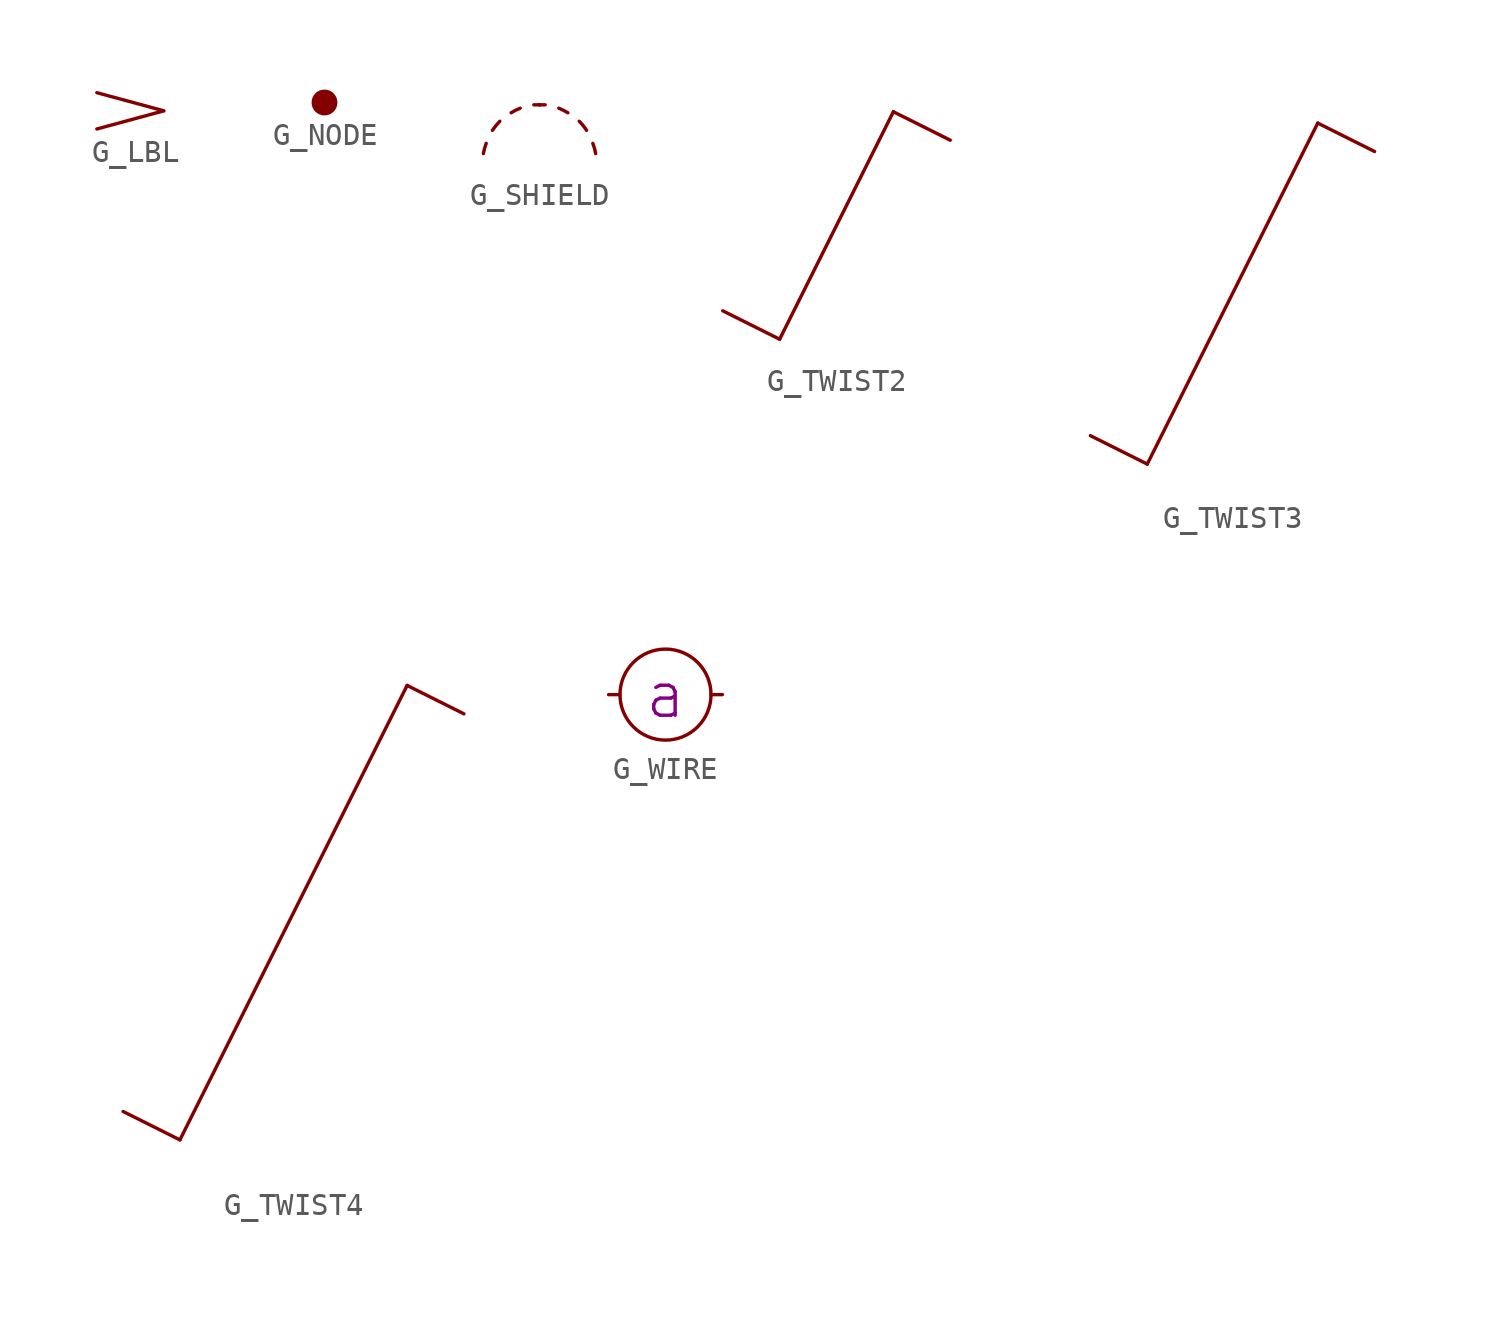
<source format=kicad_sym>
(kicad_symbol_lib
  (version 20231120)
  (generator "kicad_symbol_editor")
  (generator_version "8.0")
  (symbol "G_LBL"
    (pin_numbers hide)
    (pin_names
      (offset 0) hide)
    (property "Reference" "#LBL"
      (at -1.27 -2.54 0)
      (effects (font (size 2.007 2.007)) (hide yes)))
    (property "Footprint" ""
      (at 0 0 0)
      (effects (font (size 2.489 2.489))))
    (symbol "G_LBL_0_1"
      (polyline (pts (xy -2.997 -0.813) (xy 0 0)) (stroke (width 0) (type solid)) (fill (type none)))
      (polyline (pts (xy 0 0) (xy -2.997 0.813)) (stroke (width 0) (type solid)) (fill (type none)))))
  (symbol "G_NODE"
    (pin_numbers hide)
    (pin_names
      (offset 0) hide)
    (property "Reference" "#NODE"
      (at 0 3.81 0)
      (effects (font (size 2.007 2.007)) (hide yes)))
    (property "Footprint" ""
      (at 0 0 0)
      (effects (font (size 1.524 1.524))))
    (symbol "G_NODE_0_1"
      (circle (center 0 0) (radius 0.508) (stroke (width 0) (type solid)) (fill (type outline)))))
  (symbol "G_SHIELD"
    (pin_numbers hide)
    (pin_names
      (offset 0) hide)
    (property "Reference" "#SHIELD"
      (at 8.89 3.81 0)
      (effects (font (size 2.007 2.007)) (hide yes)))
    (property "Footprint" ""
      (at 0 0 90)
      (effects (font (size 1.524 1.524))))
    (symbol "G_SHIELD_0_1"
      (arc (start -2.3876 0.8128) (mid -2.4606 0.5869) (end -2.5146 0.3556) (stroke (width 0) (type solid)) (fill (type none)))
      (arc (start -1.778 1.8034) (mid -1.952 1.6076) (end -2.1082 1.397) (stroke (width 0) (type solid)) (fill (type none)))
      (arc (start -0.8636 2.3876) (mid -1.0719 2.296) (end -1.27 2.1844) (stroke (width 0) (type solid)) (fill (type none)))
      (arc (start 0 2.54) (mid -0.127 2.5432) (end -0.254 2.54) (stroke (width 0) (type solid)) (fill (type none)))
      (arc (start 0.254 2.54) (mid 0.127 2.5432) (end 0 2.54) (stroke (width 0) (type solid)) (fill (type none)))
      (arc (start 1.27 2.1844) (mid 1.071 2.2942) (end 0.8636 2.3876) (stroke (width 0) (type solid)) (fill (type none)))
      (arc (start 2.1082 1.397) (mid 1.9551 1.6101) (end 1.778 1.8034) (stroke (width 0) (type solid)) (fill (type none)))
      (arc (start 2.5146 0.3556) (mid 2.4638 0.5878) (end 2.3876 0.8128) (stroke (width 0) (type solid)) (fill (type none))))
    (symbol "G_SHIELD_1_1"
      (pin passive line (at 0 2.54 270) (length 0) (name "~" (effects (font (size 2.007 2.007)))) (number "1" (effects (font (size 2.007 2.007)))))))
  (symbol "G_TWIST2"
    (pin_numbers hide)
    (pin_names
      (offset 0) hide)
    (property "Reference" "#TWIST2"
      (at -6.35 2.54 0)
      (effects (font (size 2.007 2.007)) (hide yes)))
    (property "Footprint" ""
      (at 1.27 1.27 0)
      (effects (font (size 1.524 1.524))))
    (symbol "G_TWIST2_0_1"
      (polyline (pts (xy -2.54 -5.08) (xy -5.08 -3.81)) (stroke (width 0) (type solid)) (fill (type none)))
      (polyline (pts (xy 2.54 5.08) (xy -2.54 -5.08)) (stroke (width 0) (type solid)) (fill (type none)))
      (polyline (pts (xy 5.08 3.81) (xy 2.54 5.08)) (stroke (width 0) (type solid)) (fill (type none)))))
  (symbol "G_TWIST3"
    (pin_numbers hide)
    (pin_names
      (offset 0) hide)
    (property "Reference" "#TWIST3"
      (at -5.08 5.08 0)
      (effects (font (size 2.007 2.007)) (hide yes)))
    (property "Footprint" ""
      (at 2.54 3.81 0)
      (effects (font (size 1.524 1.524))))
    (symbol "G_TWIST3_0_1"
      (polyline (pts (xy -3.81 -7.62) (xy -6.35 -6.35)) (stroke (width 0) (type solid)) (fill (type none)))
      (polyline (pts (xy 3.81 7.62) (xy -3.81 -7.62)) (stroke (width 0) (type solid)) (fill (type none)))
      (polyline (pts (xy 6.35 6.35) (xy 3.81 7.62)) (stroke (width 0) (type solid)) (fill (type none)))))
  (symbol "G_TWIST4"
    (pin_numbers hide)
    (pin_names
      (offset 0) hide)
    (property "Reference" "#TWIST4"
      (at -3.81 7.62 0)
      (effects (font (size 2.007 2.007)) (hide yes)))
    (property "Footprint" ""
      (at 3.81 6.35 0)
      (effects (font (size 1.524 1.524))))
    (symbol "G_TWIST4_0_1"
      (polyline (pts (xy -5.08 -10.16) (xy -7.62 -8.89)) (stroke (width 0) (type solid)) (fill (type none)))
      (polyline (pts (xy 5.08 10.16) (xy -5.08 -10.16)) (stroke (width 0) (type solid)) (fill (type none)))
      (polyline (pts (xy 7.62 8.89) (xy 5.08 10.16)) (stroke (width 0) (type solid)) (fill (type none)))))
  (symbol "G_WIRE"
    (pin_numbers hide)
    (pin_names
      (offset 0) hide)
    (property "Reference" "#WIRE"
      (at 0 3.81 0)
      (effects (font (size 2.007 2.007)) (hide yes)))
    (property "Footprint" ""
      (at 0 0 0)
      (effects (font (size 1.524 1.524))))
    (property "LABEL" "а"
      (at 0 0 0)
      (effects (font (size 2.007 2.007))))
    (symbol "G_WIRE_0_1"
      (circle (center 0 0) (radius 2.032) (stroke (width 0) (type solid)) (fill (type none))))
    (symbol "G_WIRE_1_1"
      (pin passive line (at -2.54 0 0) (length 0.508) (name "~" (effects (font (size 2.007 2.007)))) (number "1" (effects (font (size 2.007 2.007)))))
      (pin passive line (at 2.54 0 180) (length 0.508) (name "~" (effects (font (size 2.007 2.007)))) (number "2" (effects (font (size 2.007 2.007))))))))
</source>
